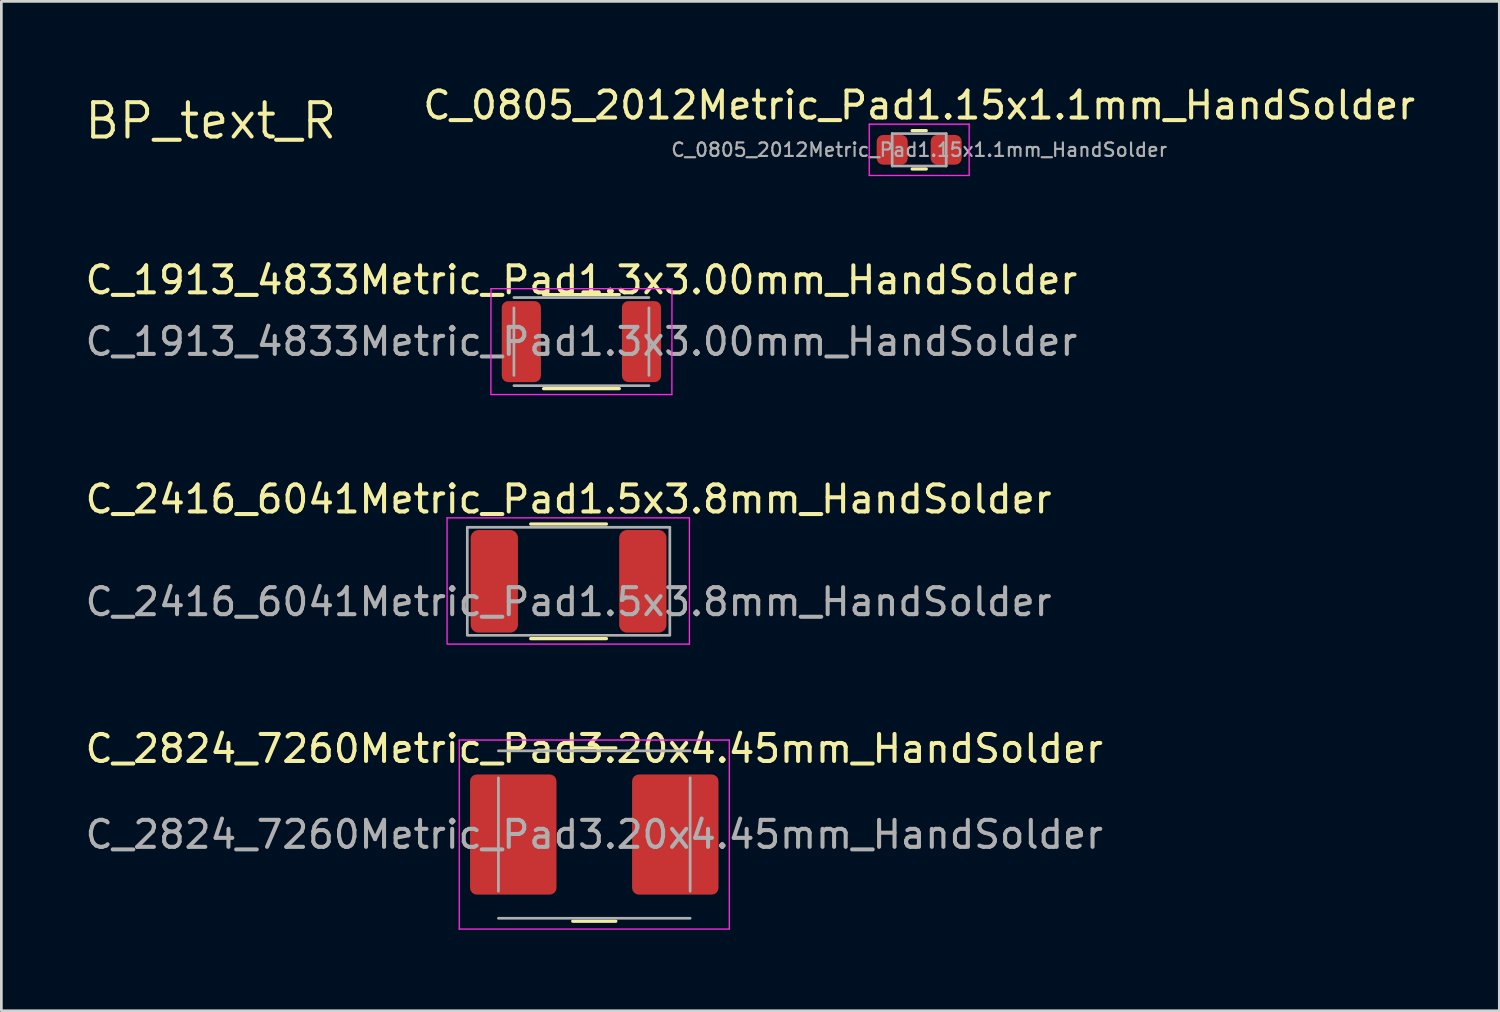
<source format=kicad_pcb>
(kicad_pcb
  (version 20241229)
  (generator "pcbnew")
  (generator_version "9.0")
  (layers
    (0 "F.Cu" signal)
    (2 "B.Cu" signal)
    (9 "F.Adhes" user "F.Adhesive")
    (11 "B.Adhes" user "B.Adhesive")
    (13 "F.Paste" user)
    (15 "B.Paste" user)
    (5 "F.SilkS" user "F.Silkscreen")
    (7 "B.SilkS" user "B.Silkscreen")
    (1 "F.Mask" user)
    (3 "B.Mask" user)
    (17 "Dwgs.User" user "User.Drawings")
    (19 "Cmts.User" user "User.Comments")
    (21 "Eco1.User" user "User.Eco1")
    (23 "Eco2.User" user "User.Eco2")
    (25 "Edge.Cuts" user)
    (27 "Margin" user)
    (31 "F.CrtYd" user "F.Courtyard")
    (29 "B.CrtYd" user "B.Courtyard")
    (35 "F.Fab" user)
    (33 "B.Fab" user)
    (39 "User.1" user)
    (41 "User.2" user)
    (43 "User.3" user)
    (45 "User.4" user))
  (footprint "C_2824_7260Metric_Pad3.20x4.45mm_HandSolder"
    (layer "F.Cu")
    (at 18.958 27.856)
    (property "Reference" "C_2824_7260Metric_Pad3.20x4.45mm_HandSolder" (at 0 -3.18 0) (layer "F.SilkS") (effects (font (size 1 1) (thickness 0.15))))
    (attr smd)
    (fp_line (start -0.797 -3.21) (end 0.797 -3.21) (stroke (width 0.12) (type solid)) (layer "F.SilkS"))
    (fp_line (start -0.797 3.21) (end 0.797 3.21) (stroke (width 0.12) (type solid)) (layer "F.SilkS"))
    (fp_line (start -5 -3.5) (end 5 -3.5) (stroke (width 0.05) (type solid)) (layer "F.CrtYd"))
    (fp_line (start -5 3.5) (end -5 -3.5) (stroke (width 0.05) (type solid)) (layer "F.CrtYd"))
    (fp_line (start 5 -3.5) (end 5 3.5) (stroke (width 0.05) (type solid)) (layer "F.CrtYd"))
    (fp_line (start 5 3.5) (end -5 3.5) (stroke (width 0.05) (type solid)) (layer "F.CrtYd"))
    (fp_line (start -3.55 -3.1) (end 3.55 -3.1) (stroke (width 0.1) (type solid)) (layer "F.Fab"))
    (fp_line (start -3.55 2.1) (end -3.55 -2.1) (stroke (width 0.1) (type solid)) (layer "F.Fab"))
    (fp_line (start 3.55 -2.1) (end 3.55 2.1) (stroke (width 0.1) (type solid)) (layer "F.Fab"))
    (fp_line (start 3.55 3.1) (end -3.55 3.1) (stroke (width 0.1) (type solid)) (layer "F.Fab"))
    (fp_text user "${REFERENCE}" (at 0 0 0) (layer "F.Fab") (effects (font (size 1 1) (thickness 0.15))))
    (pad "1" smd roundrect (at -3 0) (size 3.2 4.45) (layers "F.Cu" "F.Mask" "F.Paste") (roundrect_rratio 0.078))
    (pad "2" smd roundrect (at 3 0) (size 3.2 4.45) (layers "F.Cu" "F.Mask" "F.Paste") (roundrect_rratio 0.078)))
  (footprint "BP_text_R"
    (layer "F.Cu")
    (at 4.755 1.425)
    (property "Reference" "BP_text_R" (at 0 0 0) (layer "F.SilkS") (effects (font (size 1.27 1.27) (thickness 0.15))))
    (attr through_hole)
    (fp_poly (pts (xy -4.02 -1.418) (xy -3.923 -1.414) (xy -3.828 -1.407) (xy -3.74 -1.399) (xy -3.666 -1.39) (xy -3.61 -1.38) (xy -3.6 -1.378) (xy -3.477 -1.334) (xy -3.371 -1.272) (xy -3.283 -1.194) (xy -3.215 -1.1) (xy -3.168 -0.993) (xy -3.142 -0.873) (xy -3.137 -0.787) (xy -3.148 -0.662) (xy -3.182 -0.546) (xy -3.235 -0.441) (xy -3.308 -0.35) (xy -3.398 -0.275) (xy -3.469 -0.235) (xy -3.514 -0.214) (xy -3.552 -0.199) (xy -3.575 -0.191) (xy -3.578 -0.191) (xy -3.593 -0.186) (xy -3.594 -0.183) (xy -3.587 -0.172) (xy -3.566 -0.142) (xy -3.534 -0.096) (xy -3.491 -0.036) (xy -3.439 0.036) (xy -3.38 0.118) (xy -3.316 0.207) (xy -3.279 0.258) (xy -3.211 0.351) (xy -3.148 0.438) (xy -3.092 0.516) (xy -3.042 0.585) (xy -3.003 0.64) (xy -2.974 0.68) (xy -2.957 0.703) (xy -2.954 0.708) (xy -2.956 0.714) (xy -2.971 0.719) (xy -3.003 0.722) (xy -3.053 0.723) (xy -3.126 0.724) (xy -3.148 0.724) (xy -3.35 0.724) (xy -3.654 0.289) (xy -3.719 0.196) (xy -3.781 0.109) (xy -3.837 0.031) (xy -3.887 -0.035) (xy -3.927 -0.089) (xy -3.957 -0.127) (xy -3.975 -0.147) (xy -3.979 -0.15) (xy -3.985 -0.15) (xy -3.989 -0.144) (xy -3.993 -0.13) (xy -3.996 -0.107) (xy -3.998 -0.071) (xy -4 -0.02) (xy -4.001 0.049) (xy -4.002 0.137) (xy -4.003 0.248) (xy -4.004 0.282) (xy -4.007 0.718) (xy -4.175 0.721) (xy -4.344 0.725) (xy -4.34 -0.346) (xy -4.34 -0.445) (xy -4 -0.445) (xy -3.895 -0.445) (xy -3.834 -0.447) (xy -3.772 -0.453) (xy -3.721 -0.463) (xy -3.717 -0.463) (xy -3.626 -0.496) (xy -3.557 -0.542) (xy -3.508 -0.602) (xy -3.478 -0.678) (xy -3.467 -0.771) (xy -3.467 -0.783) (xy -3.476 -0.873) (xy -3.504 -0.947) (xy -3.534 -0.989) (xy -3.59 -1.032) (xy -3.666 -1.066) (xy -3.759 -1.09) (xy -3.865 -1.103) (xy -3.921 -1.105) (xy -4 -1.105) (xy -4 -0.445) (xy -4.34 -0.445) (xy -4.337 -1.416) (xy -4.197 -1.42) (xy -4.113 -1.42) (xy -4.02 -1.418)) (stroke (width 0.01) (type solid)) (fill yes) (layer "F.Mask")))
  (footprint "C_1913_4833Metric_Pad1.3x3.00mm_HandSolder"
    (layer "F.Cu")
    (at 18.482 9.601)
    (property "Reference" "C_1913_4833Metric_Pad1.3x3.00mm_HandSolder" (at 0 -2.28 0) (layer "F.SilkS") (effects (font (size 1 1) (thickness 0.15))))
    (attr smd)
    (fp_line (start -1.402 -1.741) (end 1.402 -1.741) (stroke (width 0.12) (type solid)) (layer "F.SilkS"))
    (fp_line (start -1.402 1.741) (end 1.402 1.741) (stroke (width 0.12) (type solid)) (layer "F.SilkS"))
    (fp_line (start -3.353 1.956) (end -3.35 -1.961) (stroke (width 0.05) (type solid)) (layer "F.CrtYd"))
    (fp_line (start -3.35 -1.961) (end 3.35 -1.961) (stroke (width 0.05) (type solid)) (layer "F.CrtYd"))
    (fp_line (start 3.35 1.961) (end -3.35 1.961) (stroke (width 0.05) (type solid)) (layer "F.CrtYd"))
    (fp_line (start 3.353 -1.956) (end 3.35 1.961) (stroke (width 0.05) (type solid)) (layer "F.CrtYd"))
    (fp_line (start -2.5 -1.631) (end 2.5 -1.631) (stroke (width 0.1) (type solid)) (layer "F.Fab"))
    (fp_line (start -2.5 1.25) (end -2.5 -1.25) (stroke (width 0.1) (type solid)) (layer "F.Fab"))
    (fp_line (start 2.5 -1.25) (end 2.5 1.25) (stroke (width 0.1) (type solid)) (layer "F.Fab"))
    (fp_line (start 2.5 1.631) (end -2.5 1.631) (stroke (width 0.1) (type solid)) (layer "F.Fab"))
    (fp_text user "${REFERENCE}" (at 0 0 0) (layer "F.Fab") (effects (font (size 1 1) (thickness 0.15))))
    (pad "1" smd roundrect (at -2.225 0) (size 1.45 3) (layers "F.Cu" "F.Mask" "F.Paste") (roundrect_rratio 0.164))
    (pad "2" smd roundrect (at 2.225 0) (size 1.45 3) (layers "F.Cu" "F.Mask" "F.Paste") (roundrect_rratio 0.164)))
  (footprint "C_0805_2012Metric_Pad1.15x1.1mm_HandSolder"
    (layer "F.Cu")
    (at 30.991 2.498)
    (property "Reference" "C_0805_2012Metric_Pad1.15x1.1mm_HandSolder" (at 0 -1.65 0) (layer "F.SilkS") (effects (font (size 1 1) (thickness 0.15))))
    (attr smd)
    (fp_line (start -0.261 -0.71) (end 0.261 -0.71) (stroke (width 0.12) (type solid)) (layer "F.SilkS"))
    (fp_line (start -0.261 0.71) (end 0.261 0.71) (stroke (width 0.12) (type solid)) (layer "F.SilkS"))
    (fp_line (start -1.85 -0.95) (end 1.85 -0.95) (stroke (width 0.05) (type solid)) (layer "F.CrtYd"))
    (fp_line (start -1.85 0.95) (end -1.85 -0.95) (stroke (width 0.05) (type solid)) (layer "F.CrtYd"))
    (fp_line (start 1.85 -0.95) (end 1.85 0.95) (stroke (width 0.05) (type solid)) (layer "F.CrtYd"))
    (fp_line (start 1.85 0.95) (end -1.85 0.95) (stroke (width 0.05) (type solid)) (layer "F.CrtYd"))
    (fp_line (start -1 -0.6) (end 1 -0.6) (stroke (width 0.1) (type solid)) (layer "F.Fab"))
    (fp_line (start -1 0.6) (end -1 -0.6) (stroke (width 0.1) (type solid)) (layer "F.Fab"))
    (fp_line (start 1 -0.6) (end 1 0.6) (stroke (width 0.1) (type solid)) (layer "F.Fab"))
    (fp_line (start 1 0.6) (end -1 0.6) (stroke (width 0.1) (type solid)) (layer "F.Fab"))
    (fp_text user "${REFERENCE}" (at 0 0 0) (layer "F.Fab") (effects (font (size 0.5 0.5) (thickness 0.08))))
    (pad "1" smd roundrect (at -1 0) (size 1.15 1.1) (layers "F.Cu" "F.Mask" "F.Paste") (roundrect_rratio 0.217))
    (pad "2" smd roundrect (at 1 0) (size 1.15 1.1) (layers "F.Cu" "F.Mask" "F.Paste") (roundrect_rratio 0.217)))
  (footprint "C_2416_6041Metric_Pad1.5x3.8mm_HandSolder"
    (layer "F.Cu")
    (at 18.006 18.478)
    (property "Reference" "C_2416_6041Metric_Pad1.5x3.8mm_HandSolder" (at 0 -3.042 0) (layer "F.SilkS") (effects (font (size 1 1) (thickness 0.15))))
    (attr smd)
    (fp_line (start -1.402 -2.122) (end 1.402 -2.122) (stroke (width 0.12) (type solid)) (layer "F.SilkS"))
    (fp_line (start -1.402 2.122) (end 1.402 2.122) (stroke (width 0.12) (type solid)) (layer "F.SilkS"))
    (fp_line (start -4.5 -2.35) (end 4.475 -2.35) (stroke (width 0.05) (type solid)) (layer "F.CrtYd"))
    (fp_line (start -4.5 2.325) (end -4.5 -2.35) (stroke (width 0.05) (type solid)) (layer "F.CrtYd"))
    (fp_line (start 4.475 -2.35) (end 4.475 2.325) (stroke (width 0.05) (type solid)) (layer "F.CrtYd"))
    (fp_line (start 4.475 2.325) (end -4.475 2.325) (stroke (width 0.05) (type solid)) (layer "F.CrtYd"))
    (fp_line (start -3.75 -2) (end 3.75 -2) (stroke (width 0.1) (type solid)) (layer "F.Fab"))
    (fp_line (start -3.75 1.975) (end -3.75 -2) (stroke (width 0.1) (type solid)) (layer "F.Fab"))
    (fp_line (start 3.75 -2) (end 3.75 1.975) (stroke (width 0.1) (type solid)) (layer "F.Fab"))
    (fp_line (start 3.75 2) (end -3.75 2) (stroke (width 0.1) (type solid)) (layer "F.Fab"))
    (fp_text user "${REFERENCE}" (at 0 0.762 0) (layer "F.Fab") (effects (font (size 1 1) (thickness 0.15))))
    (pad "1" smd roundrect (at -2.75 0) (size 1.75 3.8) (layers "F.Cu" "F.Mask" "F.Paste") (roundrect_rratio 0.164))
    (pad "2" smd roundrect (at 2.75 0) (size 1.75 3.8) (layers "F.Cu" "F.Mask" "F.Paste") (roundrect_rratio 0.164)))
  (gr_rect
    (start -3 -3)
    (end 52.474 34.381)
    (stroke (width 0.1) (type default))
    (fill no)
    (layer "Edge.Cuts")))
</source>
